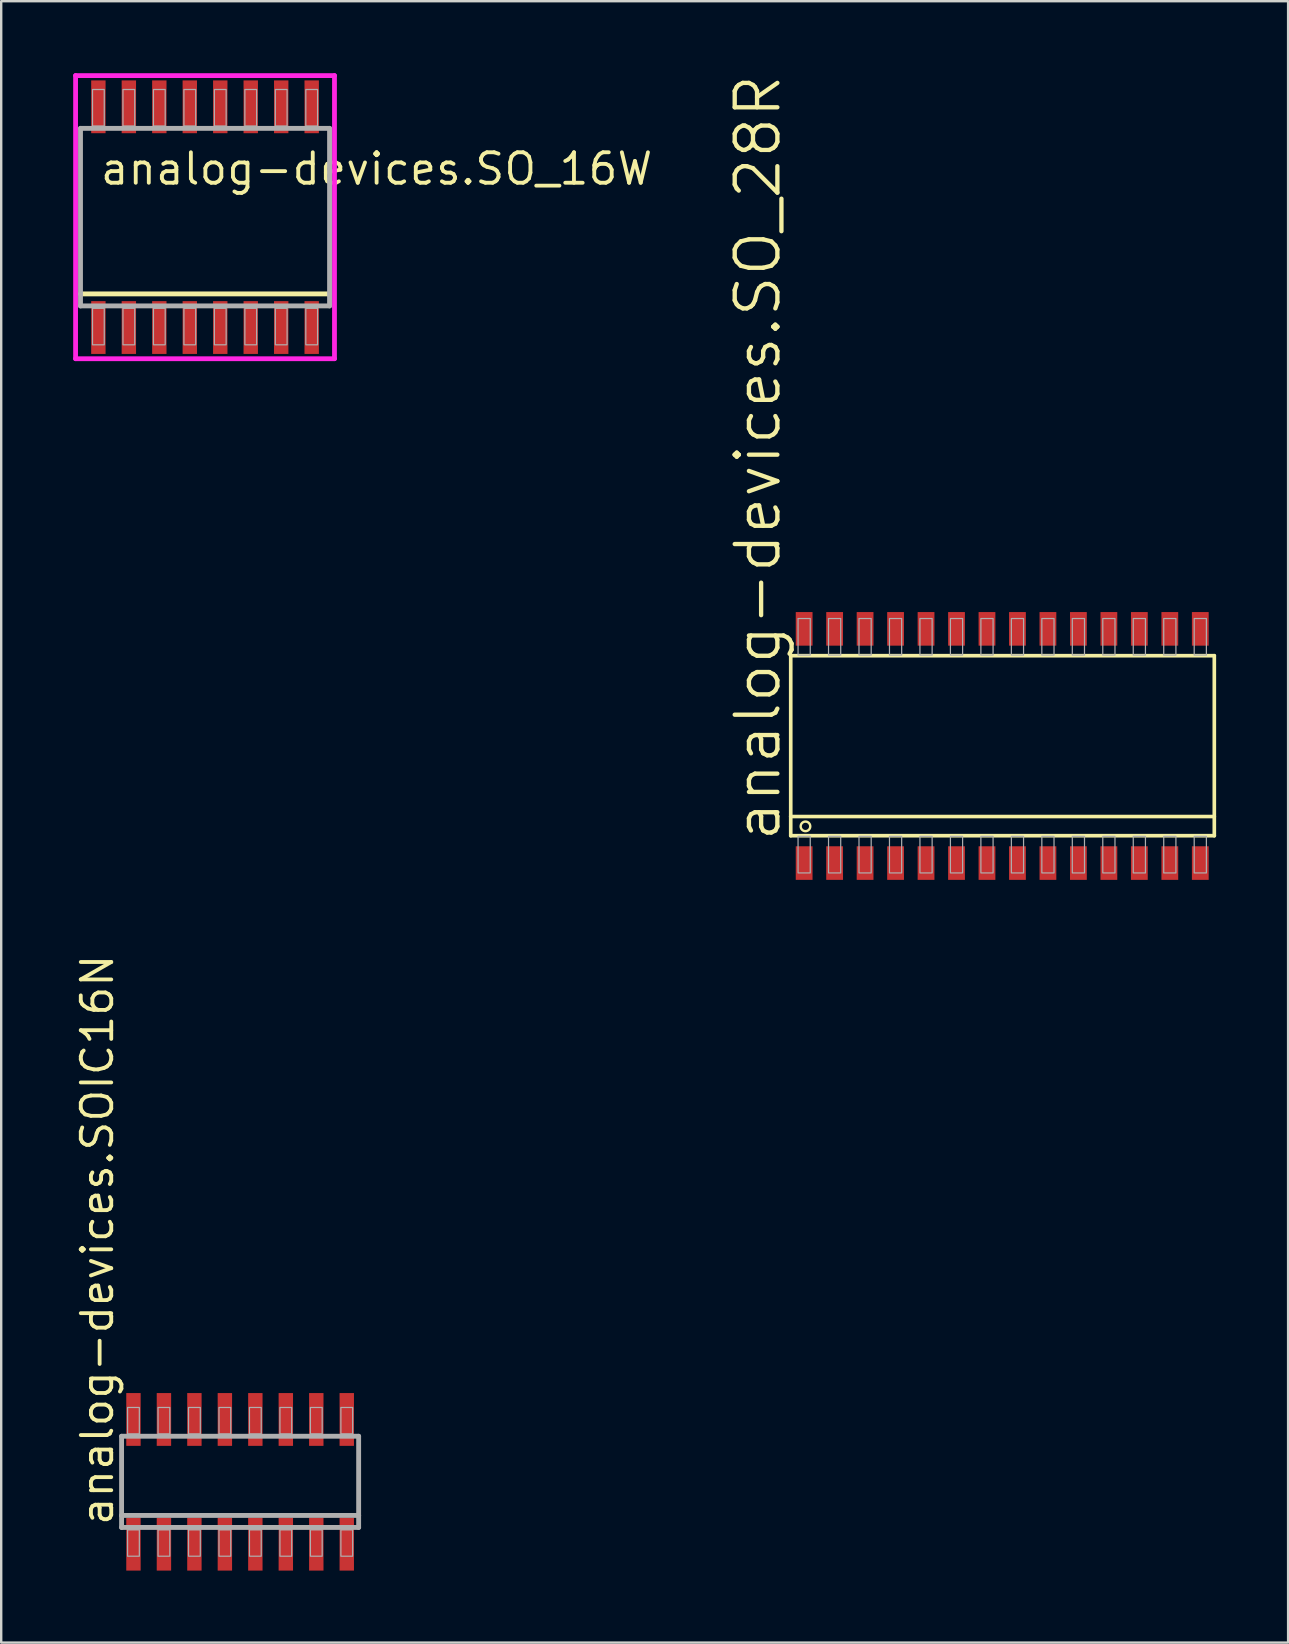
<source format=kicad_pcb>
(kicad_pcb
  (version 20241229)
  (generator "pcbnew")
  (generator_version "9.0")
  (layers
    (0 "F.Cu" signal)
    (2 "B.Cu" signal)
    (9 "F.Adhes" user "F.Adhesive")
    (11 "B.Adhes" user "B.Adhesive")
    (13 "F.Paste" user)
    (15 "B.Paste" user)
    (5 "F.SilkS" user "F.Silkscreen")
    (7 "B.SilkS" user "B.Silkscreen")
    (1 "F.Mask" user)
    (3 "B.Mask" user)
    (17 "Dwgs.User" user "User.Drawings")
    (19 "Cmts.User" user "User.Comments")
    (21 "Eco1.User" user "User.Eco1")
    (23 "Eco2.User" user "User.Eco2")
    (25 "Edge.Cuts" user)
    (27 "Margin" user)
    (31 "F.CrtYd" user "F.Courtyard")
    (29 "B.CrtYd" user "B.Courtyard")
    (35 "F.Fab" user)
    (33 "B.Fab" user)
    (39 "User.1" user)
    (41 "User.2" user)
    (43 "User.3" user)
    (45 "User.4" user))
  (footprint "analog-devices.SOIC16N"
    (layer "F.Cu")
    (at 6.957 58.708)
    (property "Reference" "analog-devices.SOIC16N" (at -5.207 1.905 90) (layer "F.SilkS") (effects (font (size 1.27 1.27) (thickness 0.16)) (justify left bottom)))
    (attr smd)
    (fp_line (start -4.94 -1.9) (end 4.94 -1.9) (stroke (width 0.203) (type default)) (layer "F.Fab"))
    (fp_line (start -4.94 1.4) (end -4.94 -1.9) (stroke (width 0.203) (type default)) (layer "F.Fab"))
    (fp_line (start -4.94 1.9) (end -4.94 1.4) (stroke (width 0.203) (type default)) (layer "F.Fab"))
    (fp_line (start 4.94 -1.9) (end 4.94 1.4) (stroke (width 0.203) (type default)) (layer "F.Fab"))
    (fp_line (start 4.94 1.4) (end -4.94 1.4) (stroke (width 0.203) (type default)) (layer "F.Fab"))
    (fp_line (start 4.94 1.4) (end 4.94 1.9) (stroke (width 0.203) (type default)) (layer "F.Fab"))
    (fp_line (start 4.94 1.9) (end -4.94 1.9) (stroke (width 0.203) (type default)) (layer "F.Fab"))
    (fp_rect (start -4.69 -2) (end -4.2 -3.1) (stroke (width 0.05) (type default)) (fill no) (layer "F.Fab"))
    (fp_rect (start -4.69 3.1) (end -4.2 2) (stroke (width 0.05) (type default)) (fill no) (layer "F.Fab"))
    (fp_rect (start -3.42 -2) (end -2.93 -3.1) (stroke (width 0.05) (type default)) (fill no) (layer "F.Fab"))
    (fp_rect (start -3.42 3.1) (end -2.93 2) (stroke (width 0.05) (type default)) (fill no) (layer "F.Fab"))
    (fp_rect (start -2.15 -2) (end -1.66 -3.1) (stroke (width 0.05) (type default)) (fill no) (layer "F.Fab"))
    (fp_rect (start -2.15 3.1) (end -1.66 2) (stroke (width 0.05) (type default)) (fill no) (layer "F.Fab"))
    (fp_rect (start -0.88 -2) (end -0.39 -3.1) (stroke (width 0.05) (type default)) (fill no) (layer "F.Fab"))
    (fp_rect (start -0.88 3.1) (end -0.39 2) (stroke (width 0.05) (type default)) (fill no) (layer "F.Fab"))
    (fp_rect (start 0.39 -2) (end 0.88 -3.1) (stroke (width 0.05) (type default)) (fill no) (layer "F.Fab"))
    (fp_rect (start 0.39 3.1) (end 0.88 2) (stroke (width 0.05) (type default)) (fill no) (layer "F.Fab"))
    (fp_rect (start 1.66 -2) (end 2.15 -3.1) (stroke (width 0.05) (type default)) (fill no) (layer "F.Fab"))
    (fp_rect (start 1.66 3.1) (end 2.15 2) (stroke (width 0.05) (type default)) (fill no) (layer "F.Fab"))
    (fp_rect (start 2.93 -2) (end 3.42 -3.1) (stroke (width 0.05) (type default)) (fill no) (layer "F.Fab"))
    (fp_rect (start 2.93 3.1) (end 3.42 2) (stroke (width 0.05) (type default)) (fill no) (layer "F.Fab"))
    (fp_rect (start 4.2 -2) (end 4.69 -3.1) (stroke (width 0.05) (type default)) (fill no) (layer "F.Fab"))
    (fp_rect (start 4.2 3.1) (end 4.69 2) (stroke (width 0.05) (type default)) (fill no) (layer "F.Fab"))
    (pad "1" smd roundrect (at -4.445 2.6) (size 0.6 2.2) (layers "F.Cu" "F.Mask" "F.Paste") (roundrect_rratio 0.01))
    (pad "2" smd roundrect (at -3.175 2.6) (size 0.6 2.2) (layers "F.Cu" "F.Mask" "F.Paste") (roundrect_rratio 0.01))
    (pad "3" smd roundrect (at -1.905 2.6) (size 0.6 2.2) (layers "F.Cu" "F.Mask" "F.Paste") (roundrect_rratio 0.01))
    (pad "4" smd roundrect (at -0.635 2.6) (size 0.6 2.2) (layers "F.Cu" "F.Mask" "F.Paste") (roundrect_rratio 0.01))
    (pad "5" smd roundrect (at 0.635 2.6) (size 0.6 2.2) (layers "F.Cu" "F.Mask" "F.Paste") (roundrect_rratio 0.01))
    (pad "6" smd roundrect (at 1.905 2.6) (size 0.6 2.2) (layers "F.Cu" "F.Mask" "F.Paste") (roundrect_rratio 0.01))
    (pad "7" smd roundrect (at 3.175 2.6) (size 0.6 2.2) (layers "F.Cu" "F.Mask" "F.Paste") (roundrect_rratio 0.01))
    (pad "8" smd roundrect (at 4.445 2.6) (size 0.6 2.2) (layers "F.Cu" "F.Mask" "F.Paste") (roundrect_rratio 0.01))
    (pad "9" smd roundrect (at 4.445 -2.6) (size 0.6 2.2) (layers "F.Cu" "F.Mask" "F.Paste") (roundrect_rratio 0.01))
    (pad "10" smd roundrect (at 3.175 -2.6) (size 0.6 2.2) (layers "F.Cu" "F.Mask" "F.Paste") (roundrect_rratio 0.01))
    (pad "11" smd roundrect (at 1.905 -2.6) (size 0.6 2.2) (layers "F.Cu" "F.Mask" "F.Paste") (roundrect_rratio 0.01))
    (pad "12" smd roundrect (at 0.635 -2.6) (size 0.6 2.2) (layers "F.Cu" "F.Mask" "F.Paste") (roundrect_rratio 0.01))
    (pad "13" smd roundrect (at -0.635 -2.6) (size 0.6 2.2) (layers "F.Cu" "F.Mask" "F.Paste") (roundrect_rratio 0.01))
    (pad "14" smd roundrect (at -1.905 -2.6) (size 0.6 2.2) (layers "F.Cu" "F.Mask" "F.Paste") (roundrect_rratio 0.01))
    (pad "15" smd roundrect (at -3.175 -2.6) (size 0.6 2.2) (layers "F.Cu" "F.Mask" "F.Paste") (roundrect_rratio 0.01))
    (pad "16" smd roundrect (at -4.445 -2.6) (size 0.6 2.2) (layers "F.Cu" "F.Mask" "F.Paste") (roundrect_rratio 0.01)))
  (footprint "analog-devices.SO_28R"
    (layer "F.Cu")
    (at 38.719 28.04)
    (property "Reference" "analog-devices.SO_28R" (at -9.144 4.064 90) (layer "F.SilkS") (effects (font (size 1.778 1.778) (thickness 0.18)) (justify left bottom)))
    (attr smd)
    (fp_line (start -8.814 -3.763) (end -8.814 2.94) (stroke (width 0.152) (type default)) (layer "F.SilkS"))
    (fp_line (start -8.814 2.94) (end -8.814 3.74) (stroke (width 0.152) (type default)) (layer "F.SilkS"))
    (fp_line (start -8.814 2.94) (end 8.839 2.94) (stroke (width 0.152) (type default)) (layer "F.SilkS"))
    (fp_line (start -8.814 3.74) (end 8.839 3.74) (stroke (width 0.152) (type default)) (layer "F.SilkS"))
    (fp_line (start 8.839 -3.763) (end -8.814 -3.763) (stroke (width 0.152) (type default)) (layer "F.SilkS"))
    (fp_line (start 8.839 3.74) (end 8.839 -3.763) (stroke (width 0.152) (type default)) (layer "F.SilkS"))
    (fp_circle (center -8.2 3.35) (end -8 3.35) (stroke (width 0.1) (type default)) (fill no) (layer "F.SilkS"))
    (fp_rect (start -8.509 -3.789) (end -8.001 -5.313) (stroke (width 0.05) (type default)) (fill no) (layer "F.Fab"))
    (fp_rect (start -8.509 5.29) (end -8.001 3.766) (stroke (width 0.05) (type default)) (fill no) (layer "F.Fab"))
    (fp_rect (start -7.239 -3.789) (end -6.731 -5.313) (stroke (width 0.05) (type default)) (fill no) (layer "F.Fab"))
    (fp_rect (start -7.239 5.29) (end -6.731 3.766) (stroke (width 0.05) (type default)) (fill no) (layer "F.Fab"))
    (fp_rect (start -5.969 -3.789) (end -5.461 -5.313) (stroke (width 0.05) (type default)) (fill no) (layer "F.Fab"))
    (fp_rect (start -5.969 5.29) (end -5.461 3.766) (stroke (width 0.05) (type default)) (fill no) (layer "F.Fab"))
    (fp_rect (start -4.699 -3.789) (end -4.191 -5.313) (stroke (width 0.05) (type default)) (fill no) (layer "F.Fab"))
    (fp_rect (start -4.699 5.29) (end -4.191 3.766) (stroke (width 0.05) (type default)) (fill no) (layer "F.Fab"))
    (fp_rect (start -3.429 -3.789) (end -2.921 -5.313) (stroke (width 0.05) (type default)) (fill no) (layer "F.Fab"))
    (fp_rect (start -3.429 5.29) (end -2.921 3.766) (stroke (width 0.05) (type default)) (fill no) (layer "F.Fab"))
    (fp_rect (start -2.159 -3.789) (end -1.651 -5.313) (stroke (width 0.05) (type default)) (fill no) (layer "F.Fab"))
    (fp_rect (start -2.159 5.29) (end -1.651 3.766) (stroke (width 0.05) (type default)) (fill no) (layer "F.Fab"))
    (fp_rect (start -0.889 -3.789) (end -0.381 -5.313) (stroke (width 0.05) (type default)) (fill no) (layer "F.Fab"))
    (fp_rect (start -0.889 5.29) (end -0.381 3.766) (stroke (width 0.05) (type default)) (fill no) (layer "F.Fab"))
    (fp_rect (start 0.381 -3.789) (end 0.889 -5.313) (stroke (width 0.05) (type default)) (fill no) (layer "F.Fab"))
    (fp_rect (start 0.381 5.29) (end 0.889 3.766) (stroke (width 0.05) (type default)) (fill no) (layer "F.Fab"))
    (fp_rect (start 1.651 -3.789) (end 2.159 -5.313) (stroke (width 0.05) (type default)) (fill no) (layer "F.Fab"))
    (fp_rect (start 1.651 5.29) (end 2.159 3.766) (stroke (width 0.05) (type default)) (fill no) (layer "F.Fab"))
    (fp_rect (start 2.921 -3.789) (end 3.429 -5.313) (stroke (width 0.05) (type default)) (fill no) (layer "F.Fab"))
    (fp_rect (start 2.921 5.29) (end 3.429 3.766) (stroke (width 0.05) (type default)) (fill no) (layer "F.Fab"))
    (fp_rect (start 4.191 -3.789) (end 4.699 -5.313) (stroke (width 0.05) (type default)) (fill no) (layer "F.Fab"))
    (fp_rect (start 4.191 5.29) (end 4.699 3.766) (stroke (width 0.05) (type default)) (fill no) (layer "F.Fab"))
    (fp_rect (start 5.461 -3.789) (end 5.969 -5.313) (stroke (width 0.05) (type default)) (fill no) (layer "F.Fab"))
    (fp_rect (start 5.461 5.29) (end 5.969 3.766) (stroke (width 0.05) (type default)) (fill no) (layer "F.Fab"))
    (fp_rect (start 6.731 -3.789) (end 7.239 -5.313) (stroke (width 0.05) (type default)) (fill no) (layer "F.Fab"))
    (fp_rect (start 6.731 5.29) (end 7.239 3.766) (stroke (width 0.05) (type default)) (fill no) (layer "F.Fab"))
    (fp_rect (start 8.001 -3.789) (end 8.509 -5.313) (stroke (width 0.05) (type default)) (fill no) (layer "F.Fab"))
    (fp_rect (start 8.001 5.29) (end 8.509 3.766) (stroke (width 0.05) (type default)) (fill no) (layer "F.Fab"))
    (pad "1" smd roundrect (at -8.255 4.88) (size 0.7 1.4) (layers "F.Cu" "F.Mask" "F.Paste") (roundrect_rratio 0.01))
    (pad "2" smd roundrect (at -6.985 4.88) (size 0.7 1.4) (layers "F.Cu" "F.Mask" "F.Paste") (roundrect_rratio 0.01))
    (pad "3" smd roundrect (at -5.715 4.88) (size 0.7 1.4) (layers "F.Cu" "F.Mask" "F.Paste") (roundrect_rratio 0.01))
    (pad "4" smd roundrect (at -4.445 4.88) (size 0.7 1.4) (layers "F.Cu" "F.Mask" "F.Paste") (roundrect_rratio 0.01))
    (pad "5" smd roundrect (at -3.175 4.88) (size 0.7 1.4) (layers "F.Cu" "F.Mask" "F.Paste") (roundrect_rratio 0.01))
    (pad "6" smd roundrect (at -1.905 4.88) (size 0.7 1.4) (layers "F.Cu" "F.Mask" "F.Paste") (roundrect_rratio 0.01))
    (pad "7" smd roundrect (at -0.635 4.88) (size 0.7 1.4) (layers "F.Cu" "F.Mask" "F.Paste") (roundrect_rratio 0.01))
    (pad "8" smd roundrect (at 0.635 4.88) (size 0.7 1.4) (layers "F.Cu" "F.Mask" "F.Paste") (roundrect_rratio 0.01))
    (pad "9" smd roundrect (at 1.905 4.88) (size 0.7 1.4) (layers "F.Cu" "F.Mask" "F.Paste") (roundrect_rratio 0.01))
    (pad "10" smd roundrect (at 3.175 4.88) (size 0.7 1.4) (layers "F.Cu" "F.Mask" "F.Paste") (roundrect_rratio 0.01))
    (pad "11" smd roundrect (at 4.445 4.88) (size 0.7 1.4) (layers "F.Cu" "F.Mask" "F.Paste") (roundrect_rratio 0.01))
    (pad "12" smd roundrect (at 5.715 4.88) (size 0.7 1.4) (layers "F.Cu" "F.Mask" "F.Paste") (roundrect_rratio 0.01))
    (pad "13" smd roundrect (at 6.985 4.88) (size 0.7 1.4) (layers "F.Cu" "F.Mask" "F.Paste") (roundrect_rratio 0.01))
    (pad "14" smd roundrect (at 8.255 4.88) (size 0.7 1.4) (layers "F.Cu" "F.Mask" "F.Paste") (roundrect_rratio 0.01))
    (pad "15" smd roundrect (at 8.255 -4.88) (size 0.7 1.4) (layers "F.Cu" "F.Mask" "F.Paste") (roundrect_rratio 0.01))
    (pad "16" smd roundrect (at 6.985 -4.88) (size 0.7 1.4) (layers "F.Cu" "F.Mask" "F.Paste") (roundrect_rratio 0.01))
    (pad "17" smd roundrect (at 5.715 -4.88) (size 0.7 1.4) (layers "F.Cu" "F.Mask" "F.Paste") (roundrect_rratio 0.01))
    (pad "18" smd roundrect (at 4.445 -4.88) (size 0.7 1.4) (layers "F.Cu" "F.Mask" "F.Paste") (roundrect_rratio 0.01))
    (pad "19" smd roundrect (at 3.175 -4.88) (size 0.7 1.4) (layers "F.Cu" "F.Mask" "F.Paste") (roundrect_rratio 0.01))
    (pad "20" smd roundrect (at 1.905 -4.88) (size 0.7 1.4) (layers "F.Cu" "F.Mask" "F.Paste") (roundrect_rratio 0.01))
    (pad "21" smd roundrect (at 0.635 -4.88) (size 0.7 1.4) (layers "F.Cu" "F.Mask" "F.Paste") (roundrect_rratio 0.01))
    (pad "22" smd roundrect (at -0.635 -4.88) (size 0.7 1.4) (layers "F.Cu" "F.Mask" "F.Paste") (roundrect_rratio 0.01))
    (pad "23" smd roundrect (at -1.905 -4.88) (size 0.7 1.4) (layers "F.Cu" "F.Mask" "F.Paste") (roundrect_rratio 0.01))
    (pad "24" smd roundrect (at -3.175 -4.88) (size 0.7 1.4) (layers "F.Cu" "F.Mask" "F.Paste") (roundrect_rratio 0.01))
    (pad "25" smd roundrect (at -4.445 -4.88) (size 0.7 1.4) (layers "F.Cu" "F.Mask" "F.Paste") (roundrect_rratio 0.01))
    (pad "26" smd roundrect (at -5.715 -4.88) (size 0.7 1.4) (layers "F.Cu" "F.Mask" "F.Paste") (roundrect_rratio 0.01))
    (pad "27" smd roundrect (at -6.985 -4.88) (size 0.7 1.4) (layers "F.Cu" "F.Mask" "F.Paste") (roundrect_rratio 0.01))
    (pad "28" smd roundrect (at -8.255 -4.88) (size 0.7 1.4) (layers "F.Cu" "F.Mask" "F.Paste") (roundrect_rratio 0.01)))
  (footprint "analog-devices.SO_16W"
    (layer "F.Cu")
    (at 5.495 6)
    (property "Reference" "analog-devices.SO_16W" (at -4.445 -1.27 0) (layer "F.SilkS") (effects (font (size 1.27 1.27) (thickness 0.16)) (justify left bottom)))
    (attr smd)
    (fp_line (start 5.19 3.2) (end -5.19 3.2) (stroke (width 0.203) (type default)) (layer "F.SilkS"))
    (fp_line (start -5.395 -5.9) (end 5.395 -5.9) (stroke (width 0.2) (type default)) (layer "F.CrtYd"))
    (fp_line (start -5.395 5.9) (end -5.395 -5.9) (stroke (width 0.2) (type default)) (layer "F.CrtYd"))
    (fp_line (start 5.395 -5.9) (end 5.395 5.9) (stroke (width 0.2) (type default)) (layer "F.CrtYd"))
    (fp_line (start 5.395 5.9) (end -5.395 5.9) (stroke (width 0.2) (type default)) (layer "F.CrtYd"))
    (fp_line (start -5.19 -3.7) (end 5.19 -3.7) (stroke (width 0.203) (type default)) (layer "F.Fab"))
    (fp_line (start -5.19 3.7) (end -5.19 -3.7) (stroke (width 0.203) (type default)) (layer "F.Fab"))
    (fp_line (start 5.19 -3.7) (end 5.19 3.7) (stroke (width 0.203) (type default)) (layer "F.Fab"))
    (fp_line (start 5.19 3.7) (end -5.19 3.7) (stroke (width 0.203) (type default)) (layer "F.Fab"))
    (fp_rect (start -4.69 -3.8) (end -4.2 -5.32) (stroke (width 0.05) (type default)) (fill no) (layer "F.Fab"))
    (fp_rect (start -4.69 5.32) (end -4.2 3.8) (stroke (width 0.05) (type default)) (fill no) (layer "F.Fab"))
    (fp_rect (start -3.42 -3.8) (end -2.93 -5.32) (stroke (width 0.05) (type default)) (fill no) (layer "F.Fab"))
    (fp_rect (start -3.42 5.32) (end -2.93 3.8) (stroke (width 0.05) (type default)) (fill no) (layer "F.Fab"))
    (fp_rect (start -2.15 -3.8) (end -1.66 -5.32) (stroke (width 0.05) (type default)) (fill no) (layer "F.Fab"))
    (fp_rect (start -2.15 5.32) (end -1.66 3.8) (stroke (width 0.05) (type default)) (fill no) (layer "F.Fab"))
    (fp_rect (start -0.88 -3.8) (end -0.39 -5.32) (stroke (width 0.05) (type default)) (fill no) (layer "F.Fab"))
    (fp_rect (start -0.88 5.32) (end -0.39 3.8) (stroke (width 0.05) (type default)) (fill no) (layer "F.Fab"))
    (fp_rect (start 0.39 -3.8) (end 0.88 -5.32) (stroke (width 0.05) (type default)) (fill no) (layer "F.Fab"))
    (fp_rect (start 0.39 5.32) (end 0.88 3.8) (stroke (width 0.05) (type default)) (fill no) (layer "F.Fab"))
    (fp_rect (start 1.66 -3.8) (end 2.15 -5.32) (stroke (width 0.05) (type default)) (fill no) (layer "F.Fab"))
    (fp_rect (start 1.66 5.32) (end 2.15 3.8) (stroke (width 0.05) (type default)) (fill no) (layer "F.Fab"))
    (fp_rect (start 2.93 -3.8) (end 3.42 -5.32) (stroke (width 0.05) (type default)) (fill no) (layer "F.Fab"))
    (fp_rect (start 2.93 5.32) (end 3.42 3.8) (stroke (width 0.05) (type default)) (fill no) (layer "F.Fab"))
    (fp_rect (start 4.2 -3.8) (end 4.69 -5.32) (stroke (width 0.05) (type default)) (fill no) (layer "F.Fab"))
    (fp_rect (start 4.2 5.32) (end 4.69 3.8) (stroke (width 0.05) (type default)) (fill no) (layer "F.Fab"))
    (pad "1" smd roundrect (at -4.445 4.6) (size 0.6 2.2) (layers "F.Cu" "F.Mask" "F.Paste") (roundrect_rratio 0.01))
    (pad "2" smd roundrect (at -3.175 4.6) (size 0.6 2.2) (layers "F.Cu" "F.Mask" "F.Paste") (roundrect_rratio 0.01))
    (pad "3" smd roundrect (at -1.905 4.6) (size 0.6 2.2) (layers "F.Cu" "F.Mask" "F.Paste") (roundrect_rratio 0.01))
    (pad "4" smd roundrect (at -0.635 4.6) (size 0.6 2.2) (layers "F.Cu" "F.Mask" "F.Paste") (roundrect_rratio 0.01))
    (pad "5" smd roundrect (at 0.635 4.6) (size 0.6 2.2) (layers "F.Cu" "F.Mask" "F.Paste") (roundrect_rratio 0.01))
    (pad "6" smd roundrect (at 1.905 4.6) (size 0.6 2.2) (layers "F.Cu" "F.Mask" "F.Paste") (roundrect_rratio 0.01))
    (pad "7" smd roundrect (at 3.175 4.6) (size 0.6 2.2) (layers "F.Cu" "F.Mask" "F.Paste") (roundrect_rratio 0.01))
    (pad "8" smd roundrect (at 4.445 4.6) (size 0.6 2.2) (layers "F.Cu" "F.Mask" "F.Paste") (roundrect_rratio 0.01))
    (pad "9" smd roundrect (at 4.445 -4.6) (size 0.6 2.2) (layers "F.Cu" "F.Mask" "F.Paste") (roundrect_rratio 0.01))
    (pad "10" smd roundrect (at 3.175 -4.6) (size 0.6 2.2) (layers "F.Cu" "F.Mask" "F.Paste") (roundrect_rratio 0.01))
    (pad "11" smd roundrect (at 1.905 -4.6) (size 0.6 2.2) (layers "F.Cu" "F.Mask" "F.Paste") (roundrect_rratio 0.01))
    (pad "12" smd roundrect (at 0.635 -4.6) (size 0.6 2.2) (layers "F.Cu" "F.Mask" "F.Paste") (roundrect_rratio 0.01))
    (pad "13" smd roundrect (at -0.635 -4.6) (size 0.6 2.2) (layers "F.Cu" "F.Mask" "F.Paste") (roundrect_rratio 0.01))
    (pad "14" smd roundrect (at -1.905 -4.6) (size 0.6 2.2) (layers "F.Cu" "F.Mask" "F.Paste") (roundrect_rratio 0.01))
    (pad "15" smd roundrect (at -3.175 -4.6) (size 0.6 2.2) (layers "F.Cu" "F.Mask" "F.Paste") (roundrect_rratio 0.01))
    (pad "16" smd roundrect (at -4.445 -4.6) (size 0.6 2.2) (layers "F.Cu" "F.Mask" "F.Paste") (roundrect_rratio 0.01)))
  (gr_rect
    (start -3 -3)
    (end 50.634 65.408)
    (stroke (width 0.1) (type default))
    (fill no)
    (layer "Edge.Cuts")))
</source>
